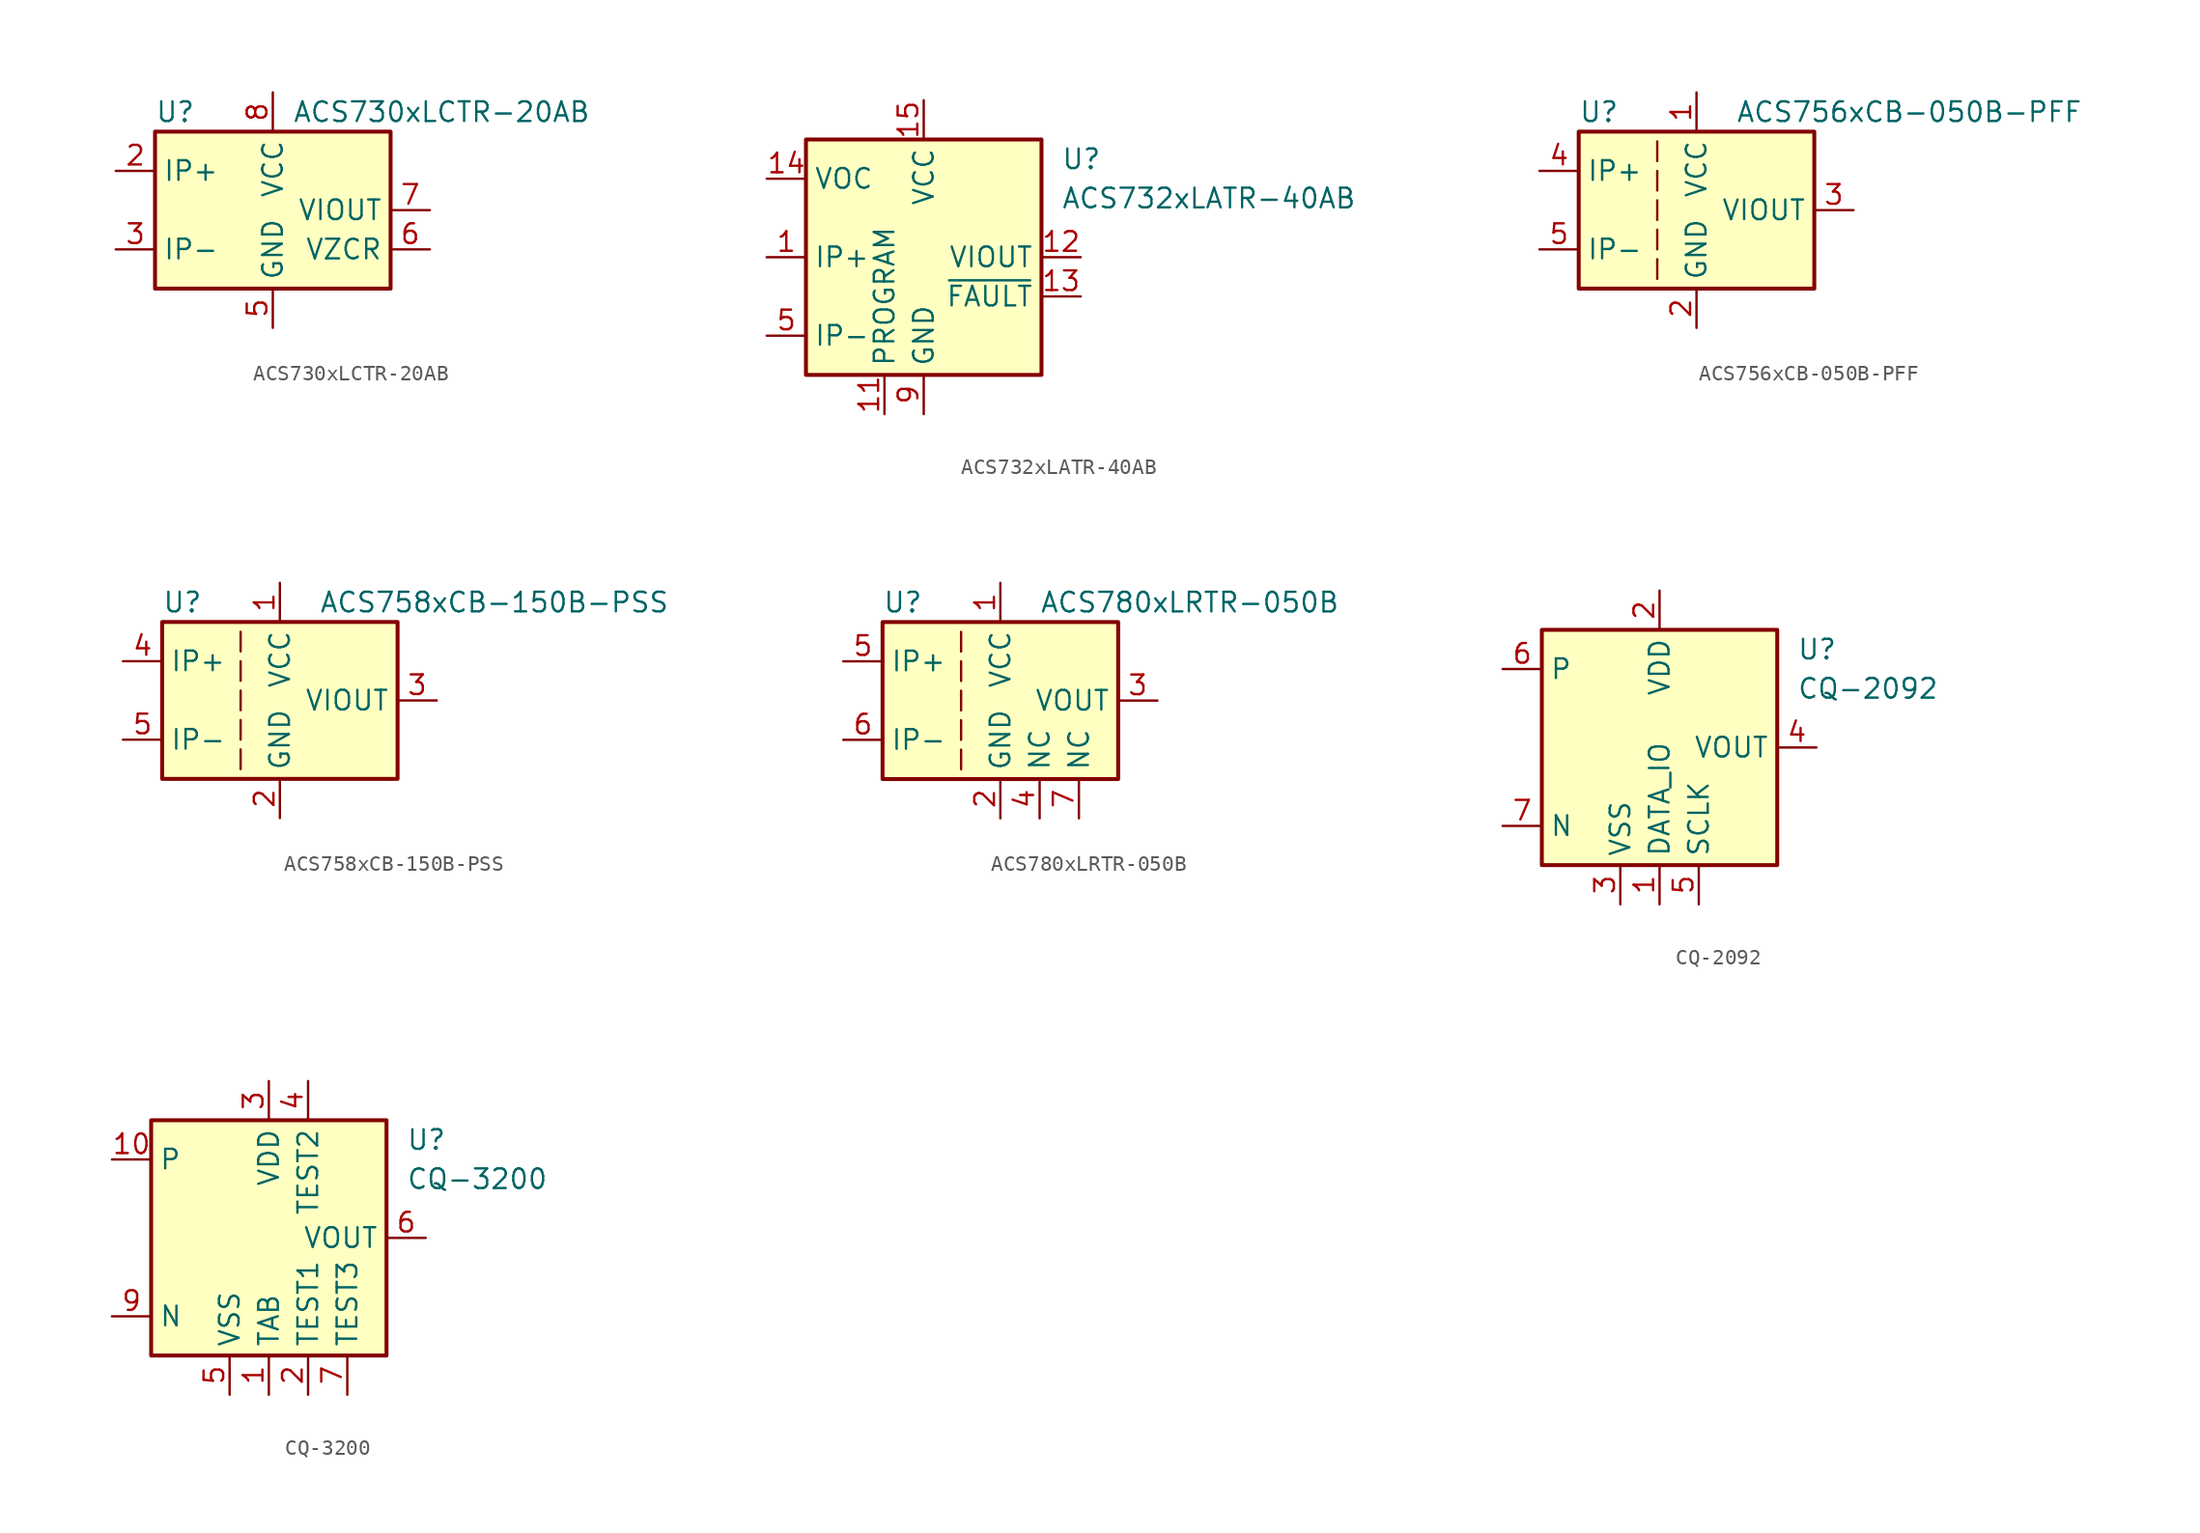
<source format=kicad_sym>
(kicad_symbol_lib
  (version 20201005)
  (generator kicad_symbol_editor)
  (symbol "Sensor_Current:ACS730xLCTR-20AB"
    (property "Reference" "U"
      (at -7.62 6.35 0)
      (effects (font (size 1.27 1.27)) (justify left)))
    (property "Value" "ACS730xLCTR-20AB"
      (at 1.27 6.35 0)
      (effects (font (size 1.27 1.27)) (justify left)))
    (symbol "ACS730xLCTR-20AB_0_1"
      (rectangle (start -7.62 5.08) (end 7.62 -5.08) (stroke (width 0.254)) (fill (type background))))
    (symbol "ACS730xLCTR-20AB_1_1"
      (pin passive line (at -10.16 2.54 0) (length 2.54) hide (name "IP+" (effects (font (size 1.27 1.27)))) (number "1" (effects (font (size 1.27 1.27)))))
      (pin passive line (at -10.16 2.54 0) (length 2.54) (name "IP+" (effects (font (size 1.27 1.27)))) (number "2" (effects (font (size 1.27 1.27)))))
      (pin passive line (at -10.16 -2.54 0) (length 2.54) (name "IP-" (effects (font (size 1.27 1.27)))) (number "3" (effects (font (size 1.27 1.27)))))
      (pin passive line (at -10.16 -2.54 0) (length 2.54) hide (name "IP-" (effects (font (size 1.27 1.27)))) (number "4" (effects (font (size 1.27 1.27)))))
      (pin power_in line (at 0 -7.62 90) (length 2.54) (name "GND" (effects (font (size 1.27 1.27)))) (number "5" (effects (font (size 1.27 1.27)))))
      (pin passive line (at 10.16 -2.54 180) (length 2.54) (name "VZCR" (effects (font (size 1.27 1.27)))) (number "6" (effects (font (size 1.27 1.27)))))
      (pin output line (at 10.16 0 180) (length 2.54) (name "VIOUT" (effects (font (size 1.27 1.27)))) (number "7" (effects (font (size 1.27 1.27)))))
      (pin power_in line (at 0 7.62 270) (length 2.54) (name "VCC" (effects (font (size 1.27 1.27)))) (number "8" (effects (font (size 1.27 1.27)))))))
  (symbol "Sensor_Current:ACS732xLATR-40AB"
    (property "Reference" "U"
      (at 8.89 6.35 0)
      (effects (font (size 1.27 1.27)) (justify left)))
    (property "Value" "ACS732xLATR-40AB"
      (at 8.89 3.81 0)
      (effects (font (size 1.27 1.27)) (justify left)))
    (symbol "ACS732xLATR-40AB_0_1"
      (rectangle (start -7.62 7.62) (end 7.62 -7.62) (stroke (width 0.254)) (fill (type background))))
    (symbol "ACS732xLATR-40AB_1_1"
      (pin passive line (at -10.16 0 0) (length 2.54) (name "IP+" (effects (font (size 1.27 1.27)))) (number "1" (effects (font (size 1.27 1.27)))))
      (pin passive line (at 0 -10.16 90) (length 2.54) hide (name "GND" (effects (font (size 1.27 1.27)))) (number "10" (effects (font (size 1.27 1.27)))))
      (pin passive line (at -2.54 -10.16 90) (length 2.54) (name "PROGRAM" (effects (font (size 1.27 1.27)))) (number "11" (effects (font (size 1.27 1.27)))))
      (pin output line (at 10.16 0 180) (length 2.54) (name "VIOUT" (effects (font (size 1.27 1.27)))) (number "12" (effects (font (size 1.27 1.27)))))
      (pin output line (at 10.16 -2.54 180) (length 2.54) (name "~FAULT" (effects (font (size 1.27 1.27)))) (number "13" (effects (font (size 1.27 1.27)))))
      (pin input line (at -10.16 5.08 0) (length 2.54) (name "VOC" (effects (font (size 1.27 1.27)))) (number "14" (effects (font (size 1.27 1.27)))))
      (pin power_in line (at 0 10.16 270) (length 2.54) (name "VCC" (effects (font (size 1.27 1.27)))) (number "15" (effects (font (size 1.27 1.27)))))
      (pin passive line (at 0 10.16 270) (length 2.54) hide (name "VCC" (effects (font (size 1.27 1.27)))) (number "16" (effects (font (size 1.27 1.27)))))
      (pin passive line (at -10.16 0 0) (length 2.54) hide (name "IP+" (effects (font (size 1.27 1.27)))) (number "2" (effects (font (size 1.27 1.27)))))
      (pin passive line (at -10.16 0 0) (length 2.54) hide (name "IP+" (effects (font (size 1.27 1.27)))) (number "3" (effects (font (size 1.27 1.27)))))
      (pin passive line (at -10.16 0 0) (length 2.54) hide (name "IP+" (effects (font (size 1.27 1.27)))) (number "4" (effects (font (size 1.27 1.27)))))
      (pin passive line (at -10.16 -5.08 0) (length 2.54) (name "IP-" (effects (font (size 1.27 1.27)))) (number "5" (effects (font (size 1.27 1.27)))))
      (pin passive line (at -10.16 -5.08 0) (length 2.54) hide (name "IP-" (effects (font (size 1.27 1.27)))) (number "6" (effects (font (size 1.27 1.27)))))
      (pin passive line (at -10.16 -5.08 0) (length 2.54) hide (name "IP-" (effects (font (size 1.27 1.27)))) (number "7" (effects (font (size 1.27 1.27)))))
      (pin passive line (at -10.16 -5.08 0) (length 2.54) hide (name "IP-" (effects (font (size 1.27 1.27)))) (number "8" (effects (font (size 1.27 1.27)))))
      (pin power_in line (at 0 -10.16 90) (length 2.54) (name "GND" (effects (font (size 1.27 1.27)))) (number "9" (effects (font (size 1.27 1.27)))))))
  (symbol "Sensor_Current:ACS756xCB-050B-PFF"
    (property "Reference" "U"
      (at -7.62 6.35 0)
      (effects (font (size 1.27 1.27)) (justify left)))
    (property "Value" "ACS756xCB-050B-PFF"
      (at 2.54 6.35 0)
      (effects (font (size 1.27 1.27)) (justify left)))
    (symbol "ACS756xCB-050B-PFF_0_1"
      (rectangle (start -7.62 5.08) (end 7.62 -5.08) (stroke (width 0.254)) (fill (type background)))
      (polyline (pts (xy -2.54 -3.175) (xy -2.54 -4.445)) (stroke (width 0)) (fill (type none)))
      (polyline (pts (xy -2.54 -1.27) (xy -2.54 -2.54)) (stroke (width 0)) (fill (type none)))
      (polyline (pts (xy -2.54 0.635) (xy -2.54 -0.635)) (stroke (width 0)) (fill (type none)))
      (polyline (pts (xy -2.54 1.27) (xy -2.54 2.54)) (stroke (width 0)) (fill (type none)))
      (polyline (pts (xy -2.54 3.175) (xy -2.54 4.445)) (stroke (width 0)) (fill (type none))))
    (symbol "ACS756xCB-050B-PFF_1_1"
      (pin power_in line (at 0 7.62 270) (length 2.54) (name "VCC" (effects (font (size 1.27 1.27)))) (number "1" (effects (font (size 1.27 1.27)))))
      (pin power_in line (at 0 -7.62 90) (length 2.54) (name "GND" (effects (font (size 1.27 1.27)))) (number "2" (effects (font (size 1.27 1.27)))))
      (pin output line (at 10.16 0 180) (length 2.54) (name "VIOUT" (effects (font (size 1.27 1.27)))) (number "3" (effects (font (size 1.27 1.27)))))
      (pin passive line (at -10.16 2.54 0) (length 2.54) (name "IP+" (effects (font (size 1.27 1.27)))) (number "4" (effects (font (size 1.27 1.27)))))
      (pin passive line (at -10.16 -2.54 0) (length 2.54) (name "IP-" (effects (font (size 1.27 1.27)))) (number "5" (effects (font (size 1.27 1.27)))))))
  (symbol "Sensor_Current:ACS758xCB-150B-PSS"
    (property "Reference" "U"
      (at -7.62 6.35 0)
      (effects (font (size 1.27 1.27)) (justify left)))
    (property "Value" "ACS758xCB-150B-PSS"
      (at 2.54 6.35 0)
      (effects (font (size 1.27 1.27)) (justify left)))
    (symbol "ACS758xCB-150B-PSS_0_1"
      (rectangle (start -7.62 5.08) (end 7.62 -5.08) (stroke (width 0.254)) (fill (type background)))
      (polyline (pts (xy -2.54 -3.175) (xy -2.54 -4.445)) (stroke (width 0)) (fill (type none)))
      (polyline (pts (xy -2.54 -1.27) (xy -2.54 -2.54)) (stroke (width 0)) (fill (type none)))
      (polyline (pts (xy -2.54 0.635) (xy -2.54 -0.635)) (stroke (width 0)) (fill (type none)))
      (polyline (pts (xy -2.54 1.27) (xy -2.54 2.54)) (stroke (width 0)) (fill (type none)))
      (polyline (pts (xy -2.54 3.175) (xy -2.54 4.445)) (stroke (width 0)) (fill (type none))))
    (symbol "ACS758xCB-150B-PSS_1_1"
      (pin power_in line (at 0 7.62 270) (length 2.54) (name "VCC" (effects (font (size 1.27 1.27)))) (number "1" (effects (font (size 1.27 1.27)))))
      (pin power_in line (at 0 -7.62 90) (length 2.54) (name "GND" (effects (font (size 1.27 1.27)))) (number "2" (effects (font (size 1.27 1.27)))))
      (pin output line (at 10.16 0 180) (length 2.54) (name "VIOUT" (effects (font (size 1.27 1.27)))) (number "3" (effects (font (size 1.27 1.27)))))
      (pin passive line (at -10.16 2.54 0) (length 2.54) (name "IP+" (effects (font (size 1.27 1.27)))) (number "4" (effects (font (size 1.27 1.27)))))
      (pin passive line (at -10.16 -2.54 0) (length 2.54) (name "IP-" (effects (font (size 1.27 1.27)))) (number "5" (effects (font (size 1.27 1.27)))))))
  (symbol "Sensor_Current:ACS780xLRTR-050B"
    (property "Reference" "U"
      (at -7.62 6.35 0)
      (effects (font (size 1.27 1.27)) (justify left)))
    (property "Value" "ACS780xLRTR-050B"
      (at 2.54 6.35 0)
      (effects (font (size 1.27 1.27)) (justify left)))
    (symbol "ACS780xLRTR-050B_0_1"
      (rectangle (start -7.62 5.08) (end 7.62 -5.08) (stroke (width 0.254)) (fill (type background)))
      (polyline (pts (xy -2.54 -3.175) (xy -2.54 -4.445)) (stroke (width 0)) (fill (type none)))
      (polyline (pts (xy -2.54 -1.27) (xy -2.54 -2.54)) (stroke (width 0)) (fill (type none)))
      (polyline (pts (xy -2.54 0.635) (xy -2.54 -0.635)) (stroke (width 0)) (fill (type none)))
      (polyline (pts (xy -2.54 1.27) (xy -2.54 2.54)) (stroke (width 0)) (fill (type none)))
      (polyline (pts (xy -2.54 3.175) (xy -2.54 4.445)) (stroke (width 0)) (fill (type none))))
    (symbol "ACS780xLRTR-050B_1_1"
      (pin power_in line (at 0 7.62 270) (length 2.54) (name "VCC" (effects (font (size 1.27 1.27)))) (number "1" (effects (font (size 1.27 1.27)))))
      (pin power_in line (at 0 -7.62 90) (length 2.54) (name "GND" (effects (font (size 1.27 1.27)))) (number "2" (effects (font (size 1.27 1.27)))))
      (pin output line (at 10.16 0 180) (length 2.54) (name "VOUT" (effects (font (size 1.27 1.27)))) (number "3" (effects (font (size 1.27 1.27)))))
      (pin passive line (at 2.54 -7.62 90) (length 2.54) (name "NC" (effects (font (size 1.27 1.27)))) (number "4" (effects (font (size 1.27 1.27)))))
      (pin passive line (at -10.16 2.54 0) (length 2.54) (name "IP+" (effects (font (size 1.27 1.27)))) (number "5" (effects (font (size 1.27 1.27)))))
      (pin passive line (at -10.16 -2.54 0) (length 2.54) (name "IP-" (effects (font (size 1.27 1.27)))) (number "6" (effects (font (size 1.27 1.27)))))
      (pin passive line (at 5.08 -7.62 90) (length 2.54) (name "NC" (effects (font (size 1.27 1.27)))) (number "7" (effects (font (size 1.27 1.27)))))))
  (symbol "Sensor_Current:CQ-2092"
    (property "Reference" "U"
      (at 8.89 6.35 0)
      (effects (font (size 1.27 1.27)) (justify left)))
    (property "Value" "CQ-2092"
      (at 8.89 3.81 0)
      (effects (font (size 1.27 1.27)) (justify left)))
    (symbol "CQ-2092_0_1"
      (rectangle (start -7.62 7.62) (end 7.62 -7.62) (stroke (width 0.254)) (fill (type background))))
    (symbol "CQ-2092_1_1"
      (pin power_in line (at 0 -10.16 90) (length 2.54) (name "DATA_IO" (effects (font (size 1.27 1.27)))) (number "1" (effects (font (size 1.27 1.27)))))
      (pin power_in line (at 0 10.16 270) (length 2.54) (name "VDD" (effects (font (size 1.27 1.27)))) (number "2" (effects (font (size 1.27 1.27)))))
      (pin power_in line (at -2.54 -10.16 90) (length 2.54) (name "VSS" (effects (font (size 1.27 1.27)))) (number "3" (effects (font (size 1.27 1.27)))))
      (pin output line (at 10.16 0 180) (length 2.54) (name "VOUT" (effects (font (size 1.27 1.27)))) (number "4" (effects (font (size 1.27 1.27)))))
      (pin power_in line (at 2.54 -10.16 90) (length 2.54) (name "SCLK" (effects (font (size 1.27 1.27)))) (number "5" (effects (font (size 1.27 1.27)))))
      (pin passive line (at -10.16 5.08 0) (length 2.54) (name "P" (effects (font (size 1.27 1.27)))) (number "6" (effects (font (size 1.27 1.27)))))
      (pin passive line (at -10.16 -5.08 0) (length 2.54) (name "N" (effects (font (size 1.27 1.27)))) (number "7" (effects (font (size 1.27 1.27)))))))
  (symbol "Sensor_Current:CQ-3200"
    (property "Reference" "U"
      (at 8.89 6.35 0)
      (effects (font (size 1.27 1.27)) (justify left)))
    (property "Value" "CQ-3200"
      (at 8.89 3.81 0)
      (effects (font (size 1.27 1.27)) (justify left)))
    (symbol "CQ-3200_0_1"
      (rectangle (start -7.62 7.62) (end 7.62 -7.62) (stroke (width 0.254)) (fill (type background))))
    (symbol "CQ-3200_1_1"
      (pin power_in line (at 0 -10.16 90) (length 2.54) (name "TAB" (effects (font (size 1.27 1.27)))) (number "1" (effects (font (size 1.27 1.27)))))
      (pin passive line (at -10.16 5.08 0) (length 2.54) (name "P" (effects (font (size 1.27 1.27)))) (number "10" (effects (font (size 1.27 1.27)))))
      (pin power_in line (at 2.54 -10.16 90) (length 2.54) (name "TEST1" (effects (font (size 1.27 1.27)))) (number "2" (effects (font (size 1.27 1.27)))))
      (pin power_in line (at 0 10.16 270) (length 2.54) (name "VDD" (effects (font (size 1.27 1.27)))) (number "3" (effects (font (size 1.27 1.27)))))
      (pin power_in line (at 2.54 10.16 270) (length 2.54) (name "TEST2" (effects (font (size 1.27 1.27)))) (number "4" (effects (font (size 1.27 1.27)))))
      (pin power_in line (at -2.54 -10.16 90) (length 2.54) (name "VSS" (effects (font (size 1.27 1.27)))) (number "5" (effects (font (size 1.27 1.27)))))
      (pin output line (at 10.16 0 180) (length 2.54) (name "VOUT" (effects (font (size 1.27 1.27)))) (number "6" (effects (font (size 1.27 1.27)))))
      (pin power_in line (at 5.08 -10.16 90) (length 2.54) (name "TEST3" (effects (font (size 1.27 1.27)))) (number "7" (effects (font (size 1.27 1.27)))))
      (pin passive line (at 0 -10.16 90) (length 2.54) hide (name "TAB" (effects (font (size 1.27 1.27)))) (number "8" (effects (font (size 1.27 1.27)))))
      (pin passive line (at -10.16 -5.08 0) (length 2.54) (name "N" (effects (font (size 1.27 1.27)))) (number "9" (effects (font (size 1.27 1.27))))))))
</source>
